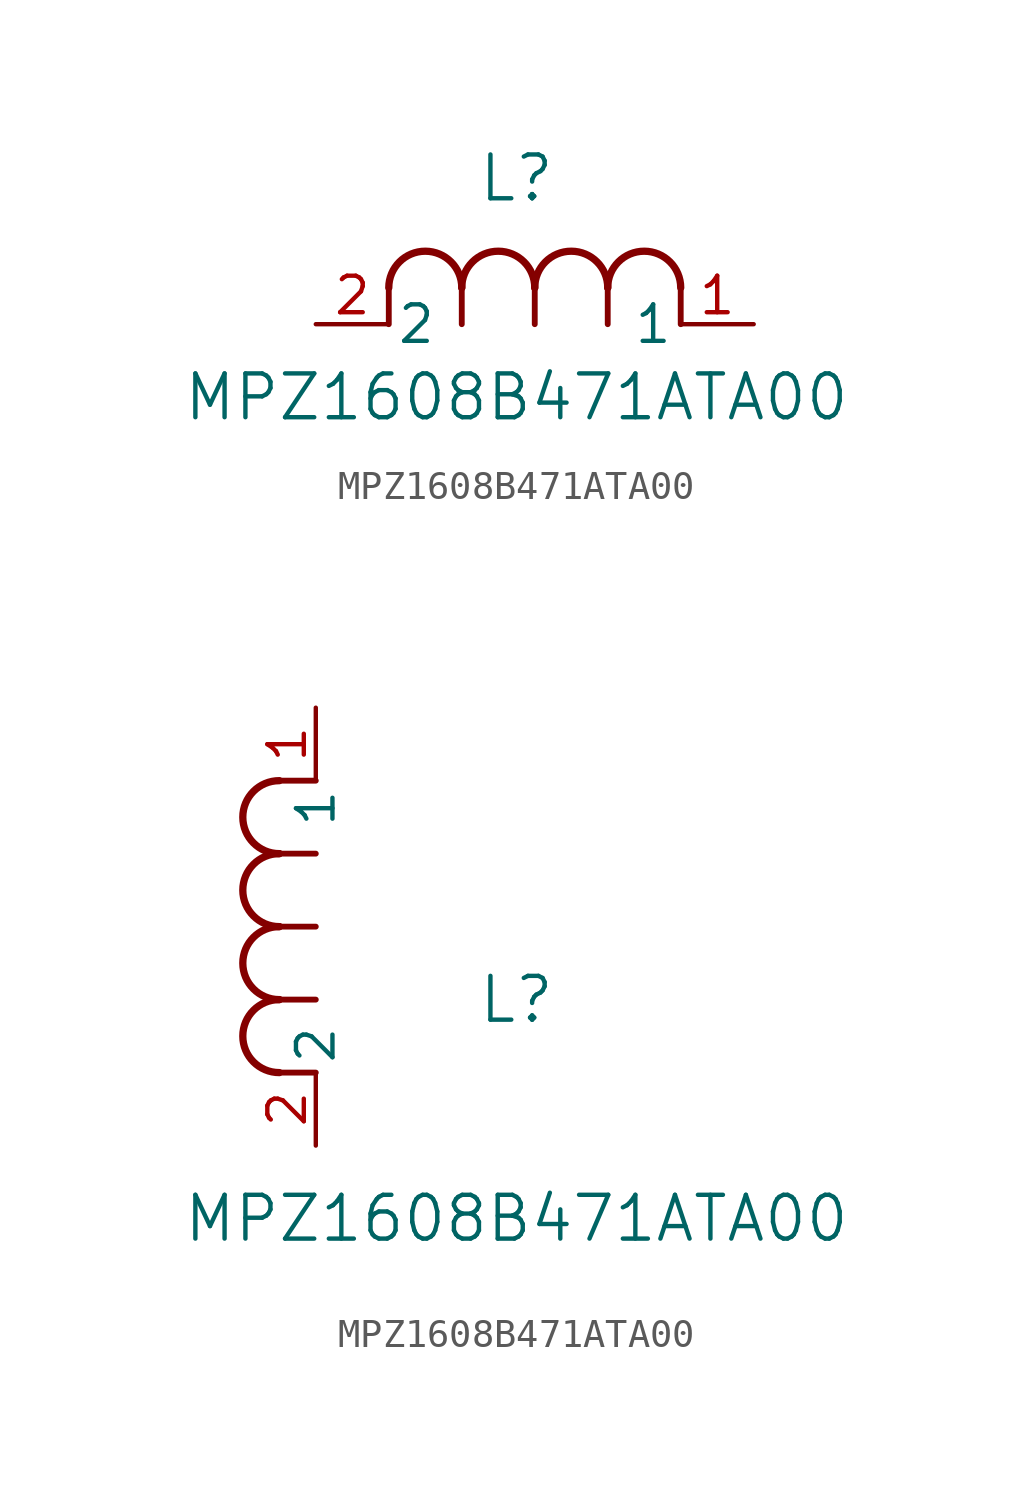
<source format=kicad_sym>
(kicad_symbol_lib
  (version 20211014)
  (generator kicad_symbol_editor)
  (symbol "MPZ1608B471ATA00"
    (pin_names
      (offset 0.254))
    (property "Reference" "L"
      (at 6.985 5.08 0)
      (effects (font (size 1.524 1.524))))
    (property "Value" "MPZ1608B471ATA00"
      (at 6.985 -2.54 0)
      (effects (font (size 1.524 1.524))))
    (symbol "MPZ1608B471ATA00_1_1"
      (arc (start 7.62 1.27) (mid 6.35 2.54) (end 5.08 1.27) (stroke (width 0.254) (type default) (color 0 0 0 0)) (fill (type none)))
      (polyline (pts (xy 5.08 0) (xy 5.08 1.27)) (stroke (width 0.203) (type default) (color 0 0 0 0)) (fill (type none)))
      (polyline (pts (xy 7.62 0) (xy 7.62 1.27)) (stroke (width 0.203) (type default) (color 0 0 0 0)) (fill (type none)))
      (polyline (pts (xy 12.7 0) (xy 12.7 1.27)) (stroke (width 0.203) (type default) (color 0 0 0 0)) (fill (type none)))
      (arc (start 5.08 1.27) (mid 3.81 2.54) (end 2.54 1.27) (stroke (width 0.254) (type default) (color 0 0 0 0)) (fill (type none)))
      (arc (start 10.16 1.27) (mid 8.89 2.54) (end 7.62 1.27) (stroke (width 0.254) (type default) (color 0 0 0 0)) (fill (type none)))
      (arc (start 12.7 1.27) (mid 11.43 2.54) (end 10.16 1.27) (stroke (width 0.254) (type default) (color 0 0 0 0)) (fill (type none)))
      (polyline (pts (xy 2.54 0) (xy 2.54 1.27)) (stroke (width 0.203) (type default) (color 0 0 0 0)) (fill (type none)))
      (polyline (pts (xy 10.16 0) (xy 10.16 1.27)) (stroke (width 0.203) (type default) (color 0 0 0 0)) (fill (type none)))
      (pin unspecified line (at 0 0 0) (length 2.54) (name "2" (effects (font (size 1.27 1.27)))) (number "2" (effects (font (size 1.27 1.27)))))
      (pin unspecified line (at 15.24 0 180) (length 2.54) (name "1" (effects (font (size 1.27 1.27)))) (number "1" (effects (font (size 1.27 1.27))))))
    (symbol "MPZ1608B471ATA00_1_2"
      (arc (start -1.27 7.62) (mid -2.54 6.35) (end -1.27 5.08) (stroke (width 0.254) (type default) (color 0 0 0 0)) (fill (type none)))
      (arc (start -1.27 5.08) (mid -2.54 3.81) (end -1.27 2.54) (stroke (width 0.254) (type default) (color 0 0 0 0)) (fill (type none)))
      (arc (start -1.27 12.7) (mid -2.54 11.43) (end -1.27 10.16) (stroke (width 0.254) (type default) (color 0 0 0 0)) (fill (type none)))
      (arc (start -1.27 10.16) (mid -2.54 8.89) (end -1.27 7.62) (stroke (width 0.254) (type default) (color 0 0 0 0)) (fill (type none)))
      (polyline (pts (xy 0 7.62) (xy -1.27 7.62)) (stroke (width 0.203) (type default) (color 0 0 0 0)) (fill (type none)))
      (polyline (pts (xy 0 5.08) (xy -1.27 5.08)) (stroke (width 0.203) (type default) (color 0 0 0 0)) (fill (type none)))
      (polyline (pts (xy 0 12.7) (xy -1.27 12.7)) (stroke (width 0.203) (type default) (color 0 0 0 0)) (fill (type none)))
      (polyline (pts (xy 0 2.54) (xy -1.27 2.54)) (stroke (width 0.203) (type default) (color 0 0 0 0)) (fill (type none)))
      (polyline (pts (xy 0 10.16) (xy -1.27 10.16)) (stroke (width 0.203) (type default) (color 0 0 0 0)) (fill (type none)))
      (pin unspecified line (at 0 0 90) (length 2.54) (name "2" (effects (font (size 1.27 1.27)))) (number "2" (effects (font (size 1.27 1.27)))))
      (pin unspecified line (at 0 15.24 270) (length 2.54) (name "1" (effects (font (size 1.27 1.27)))) (number "1" (effects (font (size 1.27 1.27))))))))
</source>
